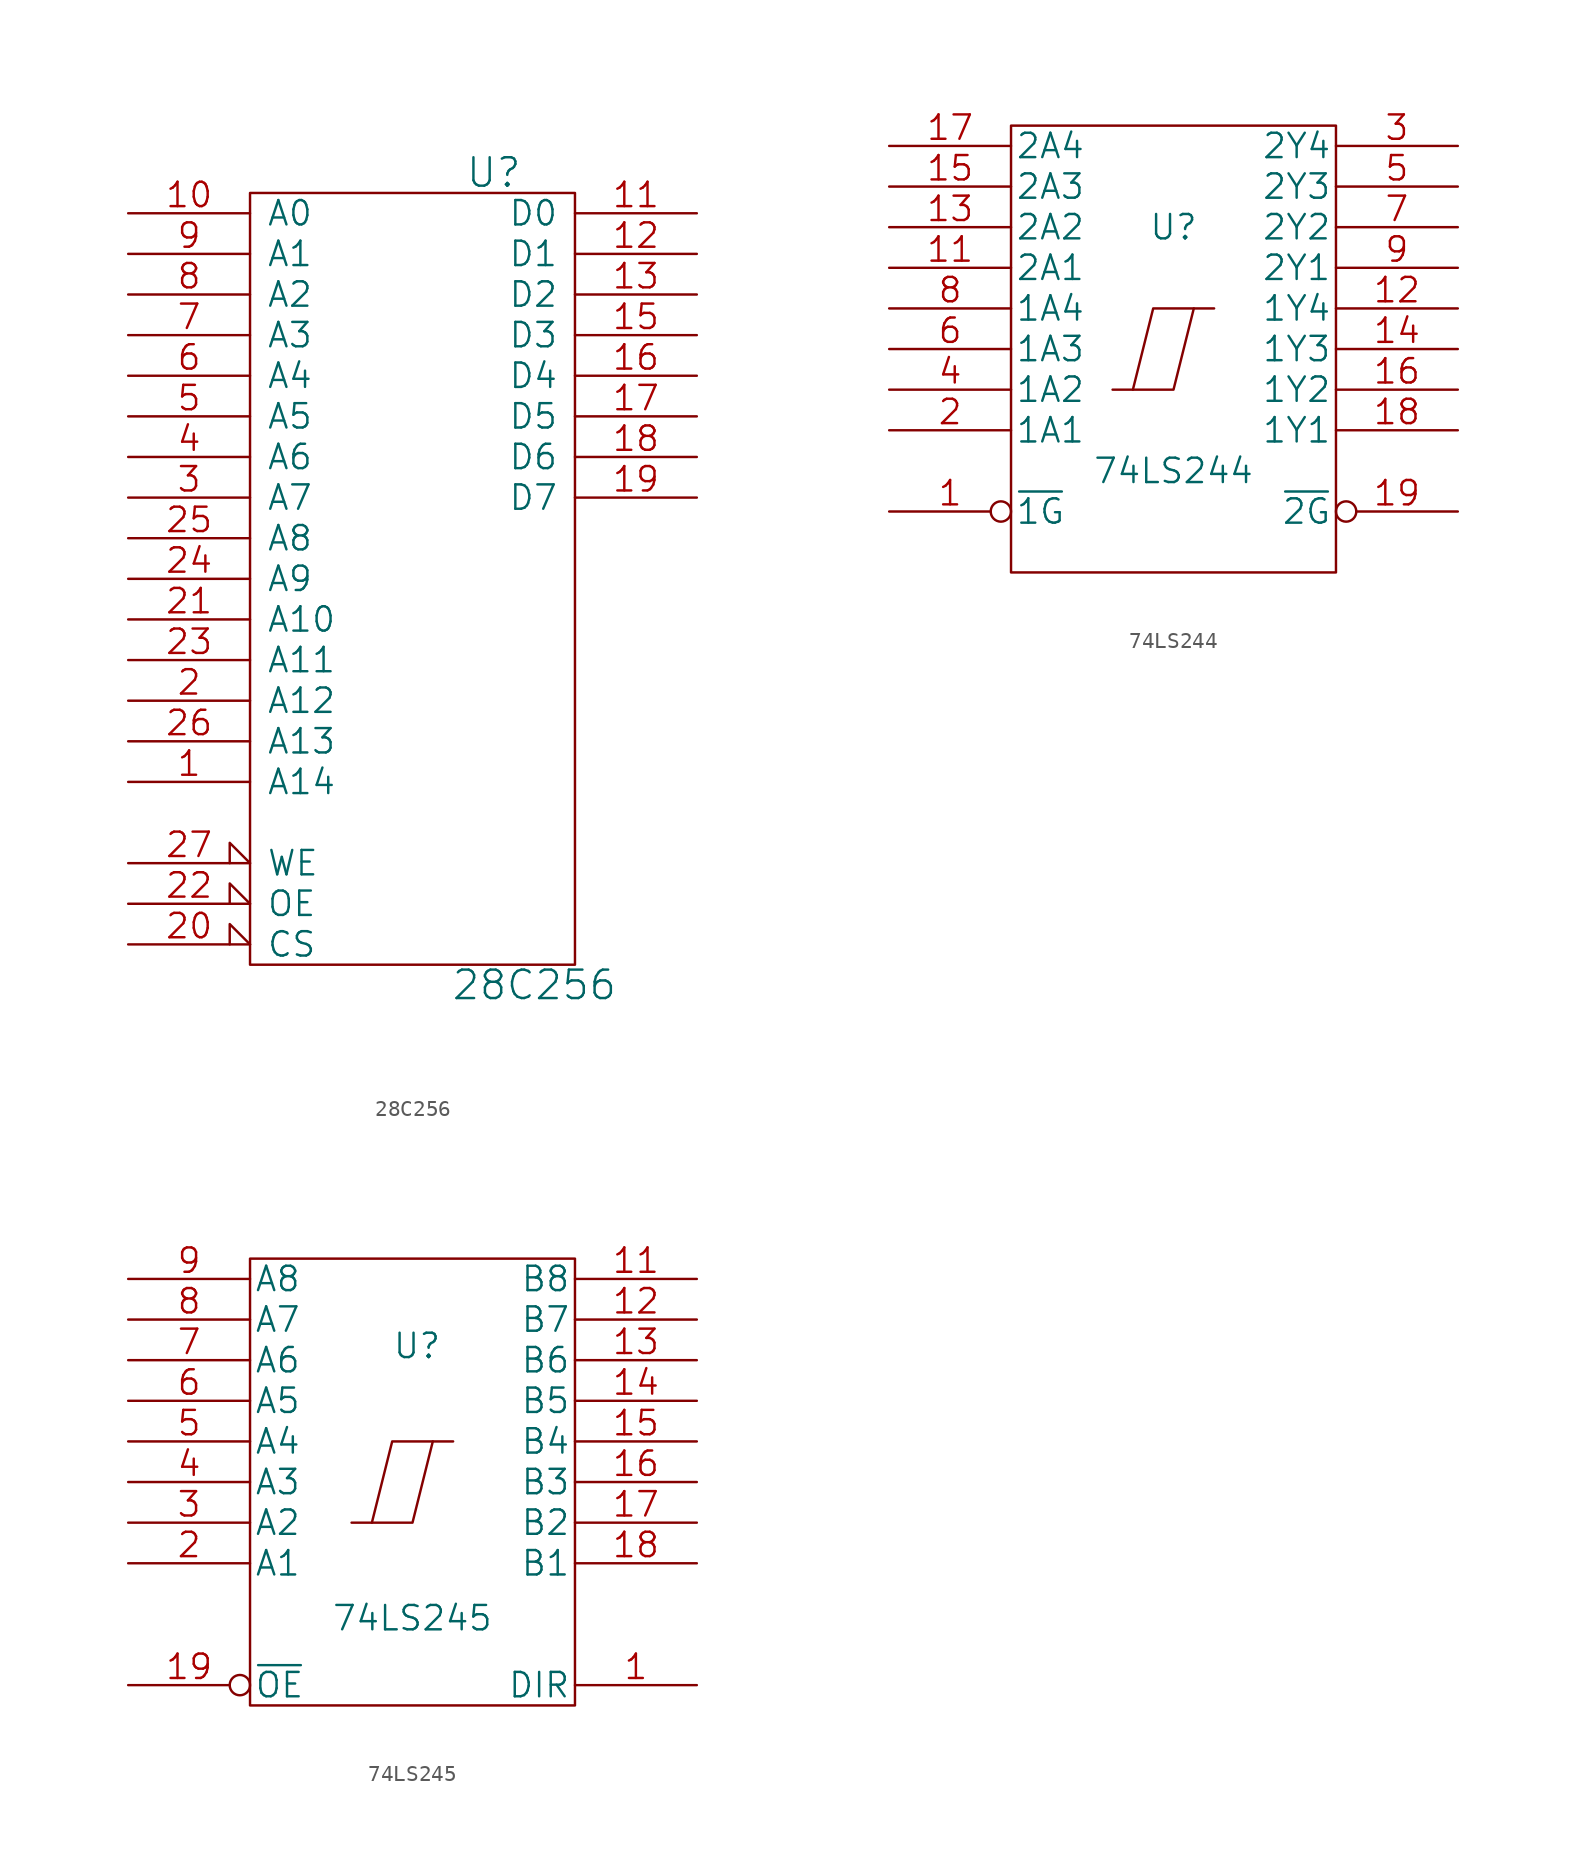
<source format=kicad_sym>
(kicad_symbol_lib
  (version 20211014)
  (generator kicad_symbol_editor)
  (symbol "28C256"
    (pin_names
      (offset 1.016))
    (property "Reference" "U"
      (at 5.08 25.4 0)
      (effects (font (size 1.778 1.778))))
    (property "Value" "28C256"
      (at 7.62 -25.4 0)
      (effects (font (size 1.778 1.778))))
    (property "Footprint" ""
      (at 0 0 0)
      (effects (font (size 1.524 1.524))))
    (property "Datasheet" ""
      (at 0 0 0)
      (effects (font (size 1.524 1.524))))
    (symbol "28C256_0_0"
      (pin power_in line (at 0 -24.13 90) (length 0) hide (name "GND" (effects (font (size 1.524 1.524)))) (number "14" (effects (font (size 1.524 1.524)))))
      (pin power_in line (at 0 24.13 270) (length 0) hide (name "VCC" (effects (font (size 1.524 1.524)))) (number "28" (effects (font (size 1.524 1.524))))))
    (symbol "28C256_0_1"
      (rectangle (start -10.16 24.13) (end 10.16 -24.13) (stroke (width 0) (type default) (color 0 0 0 0)) (fill (type none))))
    (symbol "28C256_1_1"
      (pin input line (at -17.78 -12.7 0) (length 7.62) (name "A14" (effects (font (size 1.524 1.524)))) (number "1" (effects (font (size 1.524 1.524)))))
      (pin input line (at -17.78 22.86 0) (length 7.62) (name "A0" (effects (font (size 1.524 1.524)))) (number "10" (effects (font (size 1.524 1.524)))))
      (pin tri_state line (at 17.78 22.86 180) (length 7.62) (name "D0" (effects (font (size 1.524 1.524)))) (number "11" (effects (font (size 1.524 1.524)))))
      (pin tri_state line (at 17.78 20.32 180) (length 7.62) (name "D1" (effects (font (size 1.524 1.524)))) (number "12" (effects (font (size 1.524 1.524)))))
      (pin tri_state line (at 17.78 17.78 180) (length 7.62) (name "D2" (effects (font (size 1.524 1.524)))) (number "13" (effects (font (size 1.524 1.524)))))
      (pin tri_state line (at 17.78 15.24 180) (length 7.62) (name "D3" (effects (font (size 1.524 1.524)))) (number "15" (effects (font (size 1.524 1.524)))))
      (pin tri_state line (at 17.78 12.7 180) (length 7.62) (name "D4" (effects (font (size 1.524 1.524)))) (number "16" (effects (font (size 1.524 1.524)))))
      (pin tri_state line (at 17.78 10.16 180) (length 7.62) (name "D5" (effects (font (size 1.524 1.524)))) (number "17" (effects (font (size 1.524 1.524)))))
      (pin tri_state line (at 17.78 7.62 180) (length 7.62) (name "D6" (effects (font (size 1.524 1.524)))) (number "18" (effects (font (size 1.524 1.524)))))
      (pin tri_state line (at 17.78 5.08 180) (length 7.62) (name "D7" (effects (font (size 1.524 1.524)))) (number "19" (effects (font (size 1.524 1.524)))))
      (pin input line (at -17.78 -7.62 0) (length 7.62) (name "A12" (effects (font (size 1.524 1.524)))) (number "2" (effects (font (size 1.524 1.524)))))
      (pin input input_low (at -17.78 -22.86 0) (length 7.62) (name "CS" (effects (font (size 1.524 1.524)))) (number "20" (effects (font (size 1.524 1.524)))))
      (pin input line (at -17.78 -2.54 0) (length 7.62) (name "A10" (effects (font (size 1.524 1.524)))) (number "21" (effects (font (size 1.524 1.524)))))
      (pin input input_low (at -17.78 -20.32 0) (length 7.62) (name "OE" (effects (font (size 1.524 1.524)))) (number "22" (effects (font (size 1.524 1.524)))))
      (pin input line (at -17.78 -5.08 0) (length 7.62) (name "A11" (effects (font (size 1.524 1.524)))) (number "23" (effects (font (size 1.524 1.524)))))
      (pin input line (at -17.78 0 0) (length 7.62) (name "A9" (effects (font (size 1.524 1.524)))) (number "24" (effects (font (size 1.524 1.524)))))
      (pin input line (at -17.78 2.54 0) (length 7.62) (name "A8" (effects (font (size 1.524 1.524)))) (number "25" (effects (font (size 1.524 1.524)))))
      (pin input line (at -17.78 -10.16 0) (length 7.62) (name "A13" (effects (font (size 1.524 1.524)))) (number "26" (effects (font (size 1.524 1.524)))))
      (pin input input_low (at -17.78 -17.78 0) (length 7.62) (name "WE" (effects (font (size 1.524 1.524)))) (number "27" (effects (font (size 1.524 1.524)))))
      (pin input line (at -17.78 5.08 0) (length 7.62) (name "A7" (effects (font (size 1.524 1.524)))) (number "3" (effects (font (size 1.524 1.524)))))
      (pin input line (at -17.78 7.62 0) (length 7.62) (name "A6" (effects (font (size 1.524 1.524)))) (number "4" (effects (font (size 1.524 1.524)))))
      (pin input line (at -17.78 10.16 0) (length 7.62) (name "A5" (effects (font (size 1.524 1.524)))) (number "5" (effects (font (size 1.524 1.524)))))
      (pin input line (at -17.78 12.7 0) (length 7.62) (name "A4" (effects (font (size 1.524 1.524)))) (number "6" (effects (font (size 1.524 1.524)))))
      (pin input line (at -17.78 15.24 0) (length 7.62) (name "A3" (effects (font (size 1.524 1.524)))) (number "7" (effects (font (size 1.524 1.524)))))
      (pin input line (at -17.78 17.78 0) (length 7.62) (name "A2" (effects (font (size 1.524 1.524)))) (number "8" (effects (font (size 1.524 1.524)))))
      (pin input line (at -17.78 20.32 0) (length 7.62) (name "A1" (effects (font (size 1.524 1.524)))) (number "9" (effects (font (size 1.524 1.524)))))))
  (symbol "74LS244"
    (pin_names
      (offset 0.254))
    (property "Reference" "U"
      (at 0 7.62 0)
      (effects (font (size 1.524 1.524))))
    (property "Value" "74LS244"
      (at 0 -7.62 0)
      (effects (font (size 1.524 1.524))))
    (property "Footprint" ""
      (at 0 0 0)
      (effects (font (size 1.524 1.524))))
    (property "Datasheet" ""
      (at 0 0 0)
      (effects (font (size 1.524 1.524))))
    (symbol "74LS244_0_0"
      (pin power_in line (at -2.54 -13.97 90) (length 0) hide (name "GND" (effects (font (size 1.524 1.524)))) (number "10" (effects (font (size 1.524 1.524)))))
      (pin power_in line (at -3.81 13.97 90) (length 0) hide (name "VCC" (effects (font (size 1.524 1.524)))) (number "20" (effects (font (size 1.524 1.524))))))
    (symbol "74LS244_0_1"
      (rectangle (start -10.16 13.97) (end 10.16 -13.97) (stroke (width 0) (type default) (color 0 0 0 0)) (fill (type none)))
      (polyline (pts (xy 1.27 2.54) (xy 0 -2.54) (xy -2.54 -2.54)) (stroke (width 0) (type default) (color 0 0 0 0)) (fill (type none)))
      (polyline (pts (xy 2.54 2.54) (xy -1.27 2.54) (xy -2.54 -2.54) (xy -3.81 -2.54)) (stroke (width 0) (type default) (color 0 0 0 0)) (fill (type none))))
    (symbol "74LS244_1_1"
      (pin input inverted (at -17.78 -10.16 0) (length 7.62) (name "~{1G}" (effects (font (size 1.524 1.524)))) (number "1" (effects (font (size 1.524 1.524)))))
      (pin input line (at -17.78 5.08 0) (length 7.62) (name "2A1" (effects (font (size 1.524 1.524)))) (number "11" (effects (font (size 1.524 1.524)))))
      (pin tri_state line (at 17.78 2.54 180) (length 7.62) (name "1Y4" (effects (font (size 1.524 1.524)))) (number "12" (effects (font (size 1.524 1.524)))))
      (pin input line (at -17.78 7.62 0) (length 7.62) (name "2A2" (effects (font (size 1.524 1.524)))) (number "13" (effects (font (size 1.524 1.524)))))
      (pin tri_state line (at 17.78 0 180) (length 7.62) (name "1Y3" (effects (font (size 1.524 1.524)))) (number "14" (effects (font (size 1.524 1.524)))))
      (pin input line (at -17.78 10.16 0) (length 7.62) (name "2A3" (effects (font (size 1.524 1.524)))) (number "15" (effects (font (size 1.524 1.524)))))
      (pin tri_state line (at 17.78 -2.54 180) (length 7.62) (name "1Y2" (effects (font (size 1.524 1.524)))) (number "16" (effects (font (size 1.524 1.524)))))
      (pin input line (at -17.78 12.7 0) (length 7.62) (name "2A4" (effects (font (size 1.524 1.524)))) (number "17" (effects (font (size 1.524 1.524)))))
      (pin tri_state line (at 17.78 -5.08 180) (length 7.62) (name "1Y1" (effects (font (size 1.524 1.524)))) (number "18" (effects (font (size 1.524 1.524)))))
      (pin input inverted (at 17.78 -10.16 180) (length 7.62) (name "~{2G}" (effects (font (size 1.524 1.524)))) (number "19" (effects (font (size 1.524 1.524)))))
      (pin input line (at -17.78 -5.08 0) (length 7.62) (name "1A1" (effects (font (size 1.524 1.524)))) (number "2" (effects (font (size 1.524 1.524)))))
      (pin tri_state line (at 17.78 12.7 180) (length 7.62) (name "2Y4" (effects (font (size 1.524 1.524)))) (number "3" (effects (font (size 1.524 1.524)))))
      (pin input line (at -17.78 -2.54 0) (length 7.62) (name "1A2" (effects (font (size 1.524 1.524)))) (number "4" (effects (font (size 1.524 1.524)))))
      (pin tri_state line (at 17.78 10.16 180) (length 7.62) (name "2Y3" (effects (font (size 1.524 1.524)))) (number "5" (effects (font (size 1.524 1.524)))))
      (pin input line (at -17.78 0 0) (length 7.62) (name "1A3" (effects (font (size 1.524 1.524)))) (number "6" (effects (font (size 1.524 1.524)))))
      (pin tri_state line (at 17.78 7.62 180) (length 7.62) (name "2Y2" (effects (font (size 1.524 1.524)))) (number "7" (effects (font (size 1.524 1.524)))))
      (pin input line (at -17.78 2.54 0) (length 7.62) (name "1A4" (effects (font (size 1.524 1.524)))) (number "8" (effects (font (size 1.524 1.524)))))
      (pin tri_state line (at 17.78 5.08 180) (length 7.62) (name "2Y1" (effects (font (size 1.524 1.524)))) (number "9" (effects (font (size 1.524 1.524)))))))
  (symbol "74LS245"
    (pin_names
      (offset 0.254))
    (property "Reference" "U"
      (at -1.27 7.62 0)
      (effects (font (size 1.524 1.524)) (justify left bottom)))
    (property "Value" "74LS245"
      (at -5.08 -7.62 0)
      (effects (font (size 1.524 1.524)) (justify left top)))
    (property "Footprint" ""
      (at 0 0 0)
      (effects (font (size 1.524 1.524))))
    (property "Datasheet" ""
      (at 0 0 0)
      (effects (font (size 1.524 1.524))))
    (symbol "74LS245_0_0"
      (pin power_in line (at 0 -13.97 90) (length 0) hide (name "GND" (effects (font (size 1.524 1.524)))) (number "10" (effects (font (size 1.524 1.524)))))
      (pin power_in line (at 0 13.97 270) (length 0) hide (name "VCC" (effects (font (size 1.524 1.524)))) (number "20" (effects (font (size 1.524 1.524))))))
    (symbol "74LS245_0_1"
      (rectangle (start -10.16 13.97) (end 10.16 -13.97) (stroke (width 0) (type default) (color 0 0 0 0)) (fill (type none)))
      (polyline (pts (xy 1.27 2.54) (xy 0 -2.54) (xy -2.54 -2.54)) (stroke (width 0) (type default) (color 0 0 0 0)) (fill (type none)))
      (polyline (pts (xy 2.54 2.54) (xy -1.27 2.54) (xy -2.54 -2.54) (xy -3.81 -2.54)) (stroke (width 0) (type default) (color 0 0 0 0)) (fill (type none))))
    (symbol "74LS245_1_1"
      (pin input line (at 17.78 -12.7 180) (length 7.62) (name "DIR" (effects (font (size 1.524 1.524)))) (number "1" (effects (font (size 1.524 1.524)))))
      (pin tri_state line (at 17.78 12.7 180) (length 7.62) (name "B8" (effects (font (size 1.524 1.524)))) (number "11" (effects (font (size 1.524 1.524)))))
      (pin tri_state line (at 17.78 10.16 180) (length 7.62) (name "B7" (effects (font (size 1.524 1.524)))) (number "12" (effects (font (size 1.524 1.524)))))
      (pin tri_state line (at 17.78 7.62 180) (length 7.62) (name "B6" (effects (font (size 1.524 1.524)))) (number "13" (effects (font (size 1.524 1.524)))))
      (pin tri_state line (at 17.78 5.08 180) (length 7.62) (name "B5" (effects (font (size 1.524 1.524)))) (number "14" (effects (font (size 1.524 1.524)))))
      (pin tri_state line (at 17.78 2.54 180) (length 7.62) (name "B4" (effects (font (size 1.524 1.524)))) (number "15" (effects (font (size 1.524 1.524)))))
      (pin tri_state line (at 17.78 0 180) (length 7.62) (name "B3" (effects (font (size 1.524 1.524)))) (number "16" (effects (font (size 1.524 1.524)))))
      (pin tri_state line (at 17.78 -2.54 180) (length 7.62) (name "B2" (effects (font (size 1.524 1.524)))) (number "17" (effects (font (size 1.524 1.524)))))
      (pin tri_state line (at 17.78 -5.08 180) (length 7.62) (name "B1" (effects (font (size 1.524 1.524)))) (number "18" (effects (font (size 1.524 1.524)))))
      (pin input inverted (at -17.78 -12.7 0) (length 7.62) (name "~{OE}" (effects (font (size 1.524 1.524)))) (number "19" (effects (font (size 1.524 1.524)))))
      (pin tri_state line (at -17.78 -5.08 0) (length 7.62) (name "A1" (effects (font (size 1.524 1.524)))) (number "2" (effects (font (size 1.524 1.524)))))
      (pin tri_state line (at -17.78 -2.54 0) (length 7.62) (name "A2" (effects (font (size 1.524 1.524)))) (number "3" (effects (font (size 1.524 1.524)))))
      (pin tri_state line (at -17.78 0 0) (length 7.62) (name "A3" (effects (font (size 1.524 1.524)))) (number "4" (effects (font (size 1.524 1.524)))))
      (pin tri_state line (at -17.78 2.54 0) (length 7.62) (name "A4" (effects (font (size 1.524 1.524)))) (number "5" (effects (font (size 1.524 1.524)))))
      (pin tri_state line (at -17.78 5.08 0) (length 7.62) (name "A5" (effects (font (size 1.524 1.524)))) (number "6" (effects (font (size 1.524 1.524)))))
      (pin tri_state line (at -17.78 7.62 0) (length 7.62) (name "A6" (effects (font (size 1.524 1.524)))) (number "7" (effects (font (size 1.524 1.524)))))
      (pin tri_state line (at -17.78 10.16 0) (length 7.62) (name "A7" (effects (font (size 1.524 1.524)))) (number "8" (effects (font (size 1.524 1.524)))))
      (pin tri_state line (at -17.78 12.7 0) (length 7.62) (name "A8" (effects (font (size 1.524 1.524)))) (number "9" (effects (font (size 1.524 1.524))))))))
</source>
